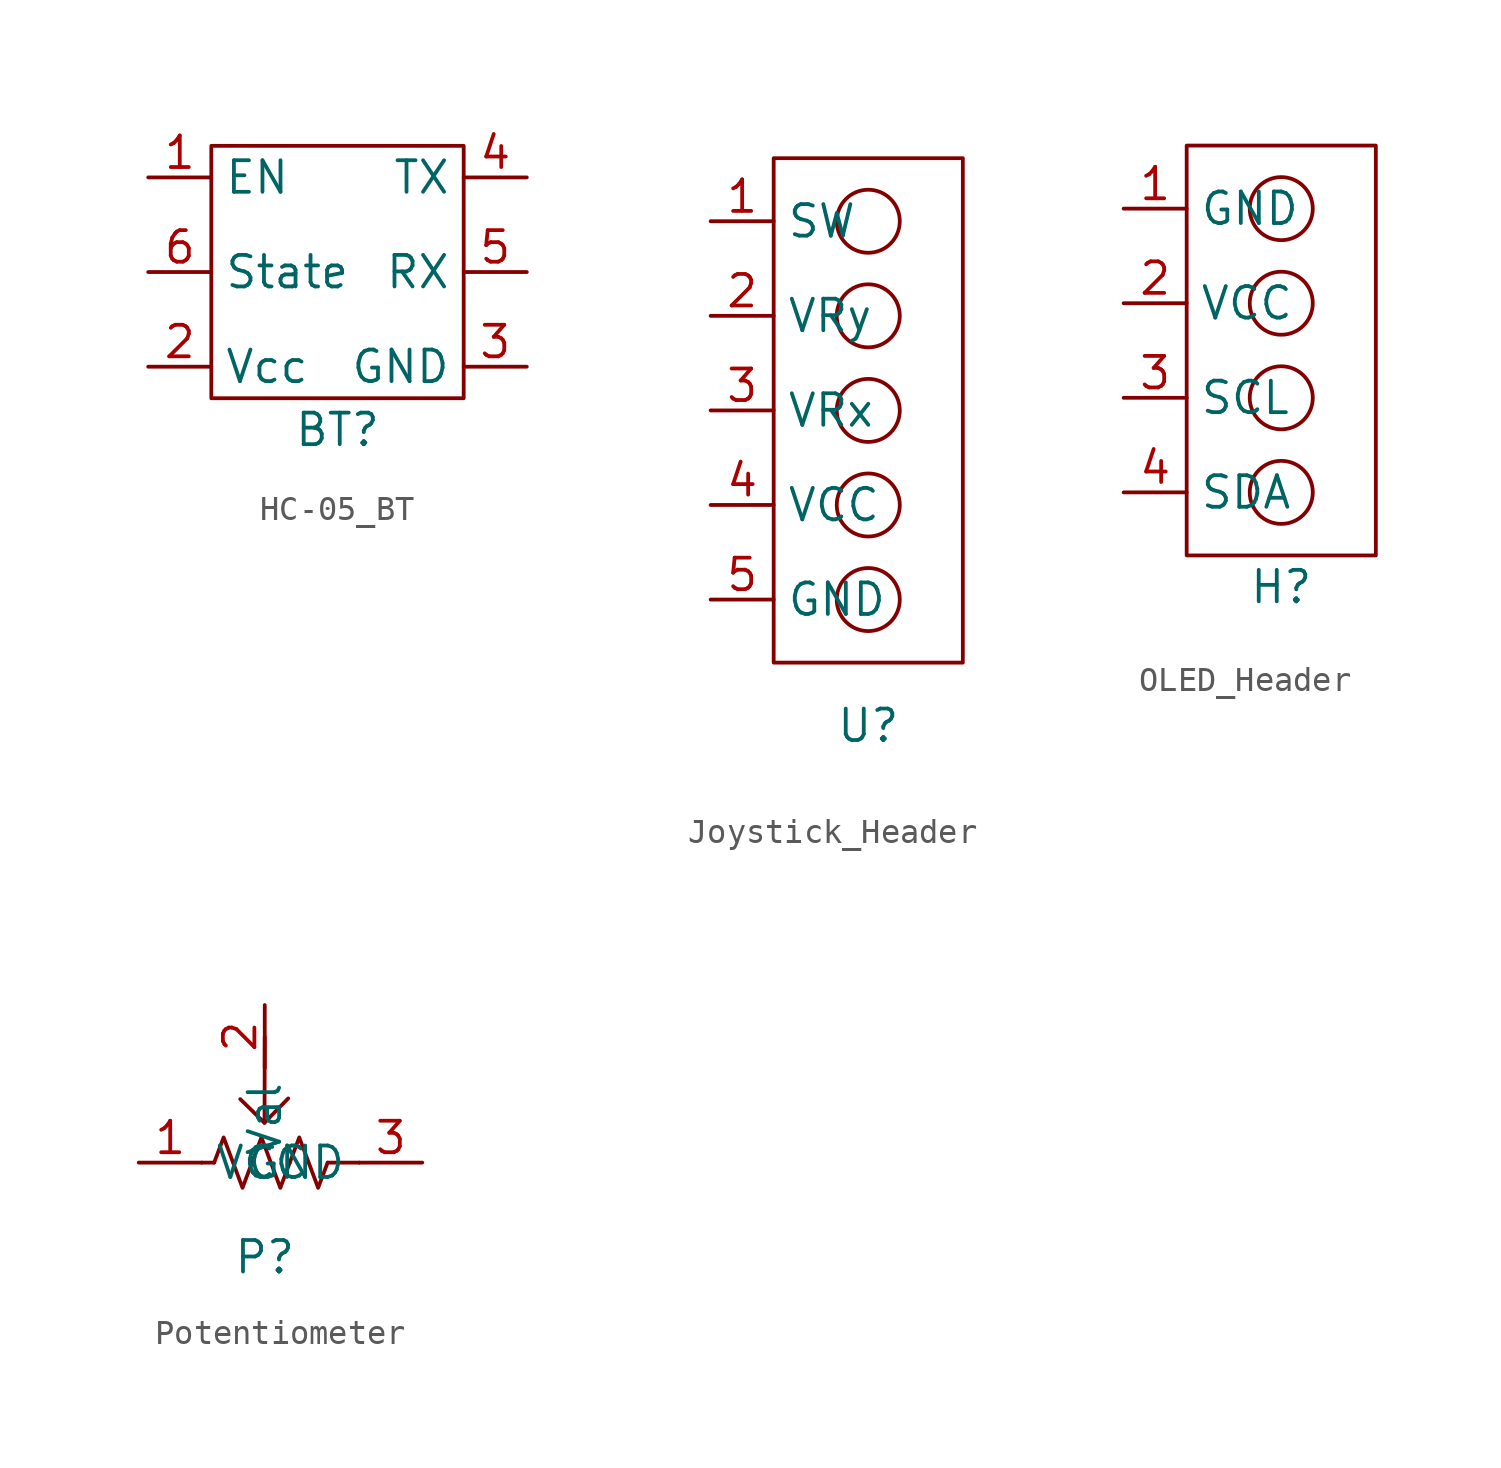
<source format=kicad_sym>
(kicad_symbol_lib
  (version 20241209)
  (generator "kicad_symbol_editor")
  (generator_version "9.0")
  (symbol "HC-05_BT"
    (property "Reference" "BT"
      (at 0 0 0)
      (effects (font (size 1.27 1.27))))
    (property "Value" ""
      (at 0 0 0)
      (effects (font (size 1.27 1.27))))
    (symbol "HC-05_BT_0_1"
      (rectangle (start -5.08 11.43) (end 5.08 1.27) (stroke (width 0) (type default)) (fill (type none))))
    (symbol "HC-05_BT_1_1"
      (pin input line (at -7.62 10.16 0) (length 2.54) (name "EN" (effects (font (size 1.27 1.27)))) (number "1" (effects (font (size 1.27 1.27)))))
      (pin bidirectional line (at -7.62 6.35 0) (length 2.54) (name "State" (effects (font (size 1.27 1.27)))) (number "6" (effects (font (size 1.27 1.27)))))
      (pin input line (at -7.62 2.54 0) (length 2.54) (name "Vcc" (effects (font (size 1.27 1.27)))) (number "2" (effects (font (size 1.27 1.27)))))
      (pin input line (at 7.62 10.16 180) (length 2.54) (name "TX" (effects (font (size 1.27 1.27)))) (number "4" (effects (font (size 1.27 1.27)))))
      (pin output line (at 7.62 6.35 180) (length 2.54) (name "RX" (effects (font (size 1.27 1.27)))) (number "5" (effects (font (size 1.27 1.27)))))
      (pin input line (at 7.62 2.54 180) (length 2.54) (name "GND" (effects (font (size 1.27 1.27)))) (number "3" (effects (font (size 1.27 1.27)))))))
  (symbol "Joystick_Header"
    (property "Reference" "U"
      (at 0 0 0)
      (effects (font (size 1.27 1.27))))
    (property "Value" ""
      (at 0 0 0)
      (effects (font (size 1.27 1.27))))
    (symbol "Joystick_Header_0_1"
      (rectangle (start -3.81 22.86) (end 3.81 2.54) (stroke (width 0) (type default)) (fill (type none)))
      (circle (center 0 20.32) (radius 1.27) (stroke (width 0) (type default)) (fill (type none)))
      (circle (center 0 16.51) (radius 1.27) (stroke (width 0) (type default)) (fill (type none)))
      (circle (center 0 12.7) (radius 1.27) (stroke (width 0) (type default)) (fill (type none)))
      (circle (center 0 8.89) (radius 1.27) (stroke (width 0) (type default)) (fill (type none)))
      (circle (center 0 5.08) (radius 1.27) (stroke (width 0) (type default)) (fill (type none))))
    (symbol "Joystick_Header_1_1"
      (pin output line (at -6.35 20.32 0) (length 2.54) (name "SW" (effects (font (size 1.27 1.27)))) (number "1" (effects (font (size 1.27 1.27)))))
      (pin output line (at -6.35 16.51 0) (length 2.54) (name "VRy" (effects (font (size 1.27 1.27)))) (number "2" (effects (font (size 1.27 1.27)))))
      (pin output line (at -6.35 12.7 0) (length 2.54) (name "VRx" (effects (font (size 1.27 1.27)))) (number "3" (effects (font (size 1.27 1.27)))))
      (pin input line (at -6.35 8.89 0) (length 2.54) (name "VCC" (effects (font (size 1.27 1.27)))) (number "4" (effects (font (size 1.27 1.27)))))
      (pin input line (at -6.35 5.08 0) (length 2.54) (name "GND" (effects (font (size 1.27 1.27)))) (number "5" (effects (font (size 1.27 1.27)))))))
  (symbol "OLED_Header"
    (property "Reference" "H"
      (at 0 0 0)
      (effects (font (size 1.27 1.27))))
    (property "Value" ""
      (at 0 0 0)
      (effects (font (size 1.27 1.27))))
    (symbol "OLED_Header_0_1"
      (rectangle (start -3.81 17.78) (end 3.81 1.27) (stroke (width 0) (type default)) (fill (type none)))
      (circle (center 0 15.24) (radius 1.27) (stroke (width 0) (type default)) (fill (type none)))
      (circle (center 0 11.43) (radius 1.27) (stroke (width 0) (type default)) (fill (type none)))
      (circle (center 0 7.62) (radius 1.27) (stroke (width 0) (type default)) (fill (type none)))
      (circle (center 0 3.81) (radius 1.27) (stroke (width 0) (type default)) (fill (type none))))
    (symbol "OLED_Header_1_1"
      (pin input line (at -6.35 15.24 0) (length 2.54) (name "GND" (effects (font (size 1.27 1.27)))) (number "1" (effects (font (size 1.27 1.27)))))
      (pin input line (at -6.35 11.43 0) (length 2.54) (name "VCC" (effects (font (size 1.27 1.27)))) (number "2" (effects (font (size 1.27 1.27)))))
      (pin input line (at -6.35 7.62 0) (length 2.54) (name "SCL" (effects (font (size 1.27 1.27)))) (number "3" (effects (font (size 1.27 1.27)))))
      (pin bidirectional line (at -6.35 3.81 0) (length 2.54) (name "SDA" (effects (font (size 1.27 1.27)))) (number "4" (effects (font (size 1.27 1.27)))))))
  (symbol "Potentiometer"
    (property "Reference" "P"
      (at 0 0 0)
      (effects (font (size 1.27 1.27))))
    (property "Value" ""
      (at 0 0 0)
      (effects (font (size 1.27 1.27))))
    (symbol "Potentiometer_0_1"
      (polyline (pts (xy -2.54 3.81) (xy -2.035 3.81)) (stroke (width 0) (type default)) (fill (type none)))
      (polyline (pts (xy -2.039 3.809) (xy -1.658 4.825) (xy -1.277 3.809) (xy -0.896 2.793) (xy -0.515 3.809)) (stroke (width 0) (type default)) (fill (type none)))
      (polyline (pts (xy -0.515 3.809) (xy -0.134 4.825) (xy 0.247 3.809) (xy 0.628 2.793) (xy 1.009 3.809)) (stroke (width 0) (type default)) (fill (type none)))
      (polyline (pts (xy -0.014 5.415) (xy -0.988 6.369)) (stroke (width 0) (type default)) (fill (type none)))
      (polyline (pts (xy -0.008 5.423) (xy 0.946 6.397)) (stroke (width 0) (type default)) (fill (type none)))
      (polyline (pts (xy 0 8.876) (xy -0.009 5.417)) (stroke (width 0) (type default)) (fill (type none)))
      (polyline (pts (xy 1.009 3.809) (xy 1.39 4.825) (xy 1.771 3.809) (xy 2.152 2.793) (xy 2.533 3.809)) (stroke (width 0) (type default)) (fill (type none)))
      (polyline (pts (xy 3.81 3.81) (xy 2.54 3.81)) (stroke (width 0) (type default)) (fill (type none))))
    (symbol "Potentiometer_1_1"
      (pin passive line (at -5.08 3.81 0) (length 2.54) (name "VCC" (effects (font (size 1.27 1.27)))) (number "1" (effects (font (size 1.27 1.27)))))
      (pin output line (at 0 10.16 270) (length 2.54) (name "Val" (effects (font (size 1.27 1.27)))) (number "2" (effects (font (size 1.27 1.27)))))
      (pin passive line (at 6.35 3.81 180) (length 2.54) (name "GND" (effects (font (size 1.27 1.27)))) (number "3" (effects (font (size 1.27 1.27))))))))
</source>
